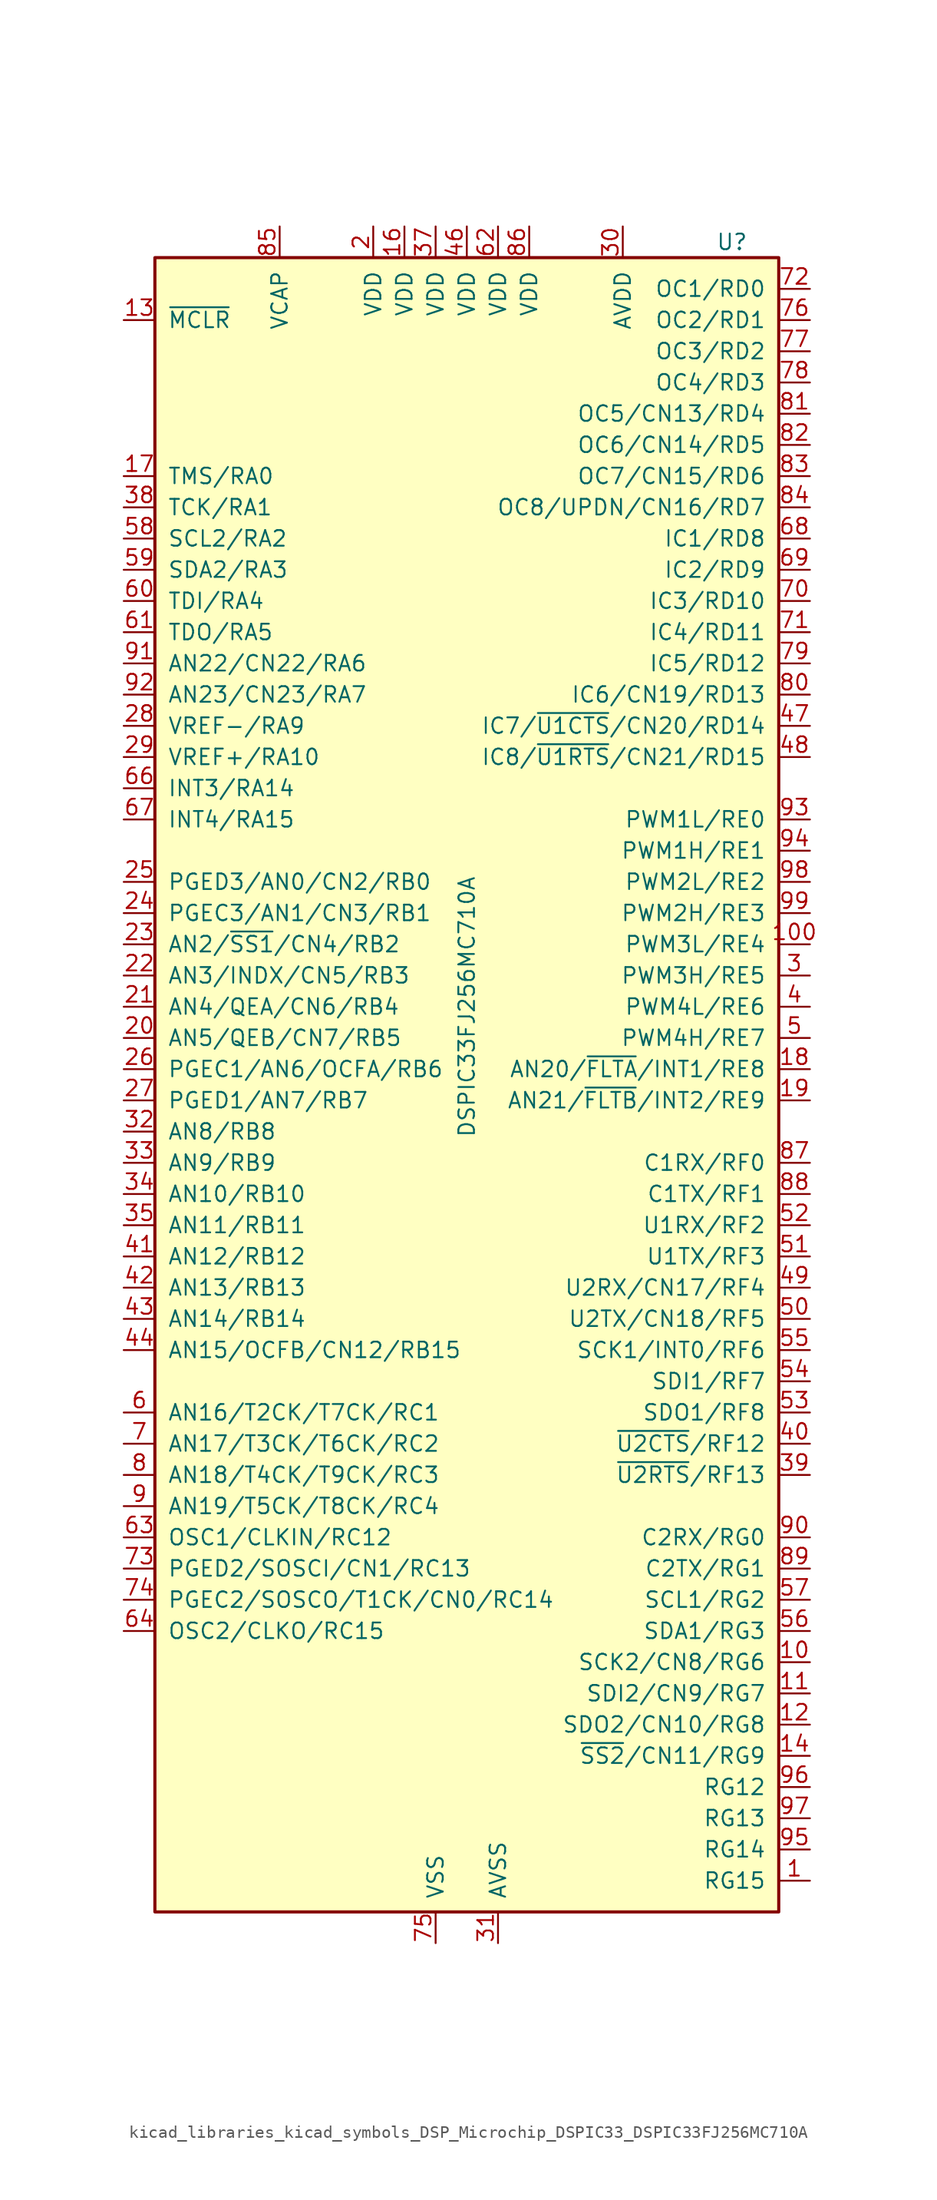
<source format=kicad_sym>
(kicad_symbol_lib
  (version 20220914)
  (generator kicad_symbol_editor)
  (symbol "kicad_libraries_kicad_symbols_DSP_Microchip_DSPIC33_DSPIC33FJ256MC710A"
    (pin_names
      (offset 1.016))
    (property "Reference" "U"
      (at 21.59 69.85 0)
      (effects (font (size 1.27 1.27))))
    (property "Value" "DSPIC33FJ256MC710A"
      (at 0 7.62 90)
      (effects (font (size 1.27 1.27))))
    (symbol "kicad_libraries_kicad_symbols_DSP_Microchip_DSPIC33_DSPIC33FJ256MC710A_0_1"
      (rectangle (start -25.4 68.58) (end 25.4 -66.04) (stroke (width 0.254) (type default)) (fill (type background))))
    (symbol "kicad_libraries_kicad_symbols_DSP_Microchip_DSPIC33_DSPIC33FJ256MC710A_1_1"
      (pin bidirectional line (at 27.94 -63.5 180) (length 2.54) (name "RG15" (effects (font (size 1.27 1.27)))) (number "1" (effects (font (size 1.27 1.27)))))
      (pin bidirectional line (at 27.94 -45.72 180) (length 2.54) (name "SCK2/CN8/RG6" (effects (font (size 1.27 1.27)))) (number "10" (effects (font (size 1.27 1.27)))))
      (pin bidirectional line (at 27.94 12.7 180) (length 2.54) (name "PWM3L/RE4" (effects (font (size 1.27 1.27)))) (number "100" (effects (font (size 1.27 1.27)))))
      (pin bidirectional line (at 27.94 -48.26 180) (length 2.54) (name "SDI2/CN9/RG7" (effects (font (size 1.27 1.27)))) (number "11" (effects (font (size 1.27 1.27)))))
      (pin bidirectional line (at 27.94 -50.8 180) (length 2.54) (name "SDO2/CN10/RG8" (effects (font (size 1.27 1.27)))) (number "12" (effects (font (size 1.27 1.27)))))
      (pin input line (at -27.94 63.5 0) (length 2.54) (name "~{MCLR}" (effects (font (size 1.27 1.27)))) (number "13" (effects (font (size 1.27 1.27)))))
      (pin bidirectional line (at 27.94 -53.34 180) (length 2.54) (name "~{SS2}/CN11/RG9" (effects (font (size 1.27 1.27)))) (number "14" (effects (font (size 1.27 1.27)))))
      (pin passive line (at -2.54 -68.58 90) (length 2.54) hide (name "VSS" (effects (font (size 1.27 1.27)))) (number "15" (effects (font (size 1.27 1.27)))))
      (pin power_in line (at -5.08 71.12 270) (length 2.54) (name "VDD" (effects (font (size 1.27 1.27)))) (number "16" (effects (font (size 1.27 1.27)))))
      (pin bidirectional line (at -27.94 50.8 0) (length 2.54) (name "TMS/RA0" (effects (font (size 1.27 1.27)))) (number "17" (effects (font (size 1.27 1.27)))))
      (pin bidirectional line (at 27.94 2.54 180) (length 2.54) (name "AN20/~{FLTA}/INT1/RE8" (effects (font (size 1.27 1.27)))) (number "18" (effects (font (size 1.27 1.27)))))
      (pin bidirectional line (at 27.94 0 180) (length 2.54) (name "AN21/~{FLTB}/INT2/RE9" (effects (font (size 1.27 1.27)))) (number "19" (effects (font (size 1.27 1.27)))))
      (pin power_in line (at -7.62 71.12 270) (length 2.54) (name "VDD" (effects (font (size 1.27 1.27)))) (number "2" (effects (font (size 1.27 1.27)))))
      (pin bidirectional line (at -27.94 5.08 0) (length 2.54) (name "AN5/QEB/CN7/RB5" (effects (font (size 1.27 1.27)))) (number "20" (effects (font (size 1.27 1.27)))))
      (pin bidirectional line (at -27.94 7.62 0) (length 2.54) (name "AN4/QEA/CN6/RB4" (effects (font (size 1.27 1.27)))) (number "21" (effects (font (size 1.27 1.27)))))
      (pin bidirectional line (at -27.94 10.16 0) (length 2.54) (name "AN3/INDX/CN5/RB3" (effects (font (size 1.27 1.27)))) (number "22" (effects (font (size 1.27 1.27)))))
      (pin bidirectional line (at -27.94 12.7 0) (length 2.54) (name "AN2/~{SS1}/CN4/RB2" (effects (font (size 1.27 1.27)))) (number "23" (effects (font (size 1.27 1.27)))))
      (pin bidirectional line (at -27.94 15.24 0) (length 2.54) (name "PGEC3/AN1/CN3/RB1" (effects (font (size 1.27 1.27)))) (number "24" (effects (font (size 1.27 1.27)))))
      (pin bidirectional line (at -27.94 17.78 0) (length 2.54) (name "PGED3/AN0/CN2/RB0" (effects (font (size 1.27 1.27)))) (number "25" (effects (font (size 1.27 1.27)))))
      (pin bidirectional line (at -27.94 2.54 0) (length 2.54) (name "PGEC1/AN6/OCFA/RB6" (effects (font (size 1.27 1.27)))) (number "26" (effects (font (size 1.27 1.27)))))
      (pin bidirectional line (at -27.94 0 0) (length 2.54) (name "PGED1/AN7/RB7" (effects (font (size 1.27 1.27)))) (number "27" (effects (font (size 1.27 1.27)))))
      (pin bidirectional line (at -27.94 30.48 0) (length 2.54) (name "VREF-/RA9" (effects (font (size 1.27 1.27)))) (number "28" (effects (font (size 1.27 1.27)))))
      (pin bidirectional line (at -27.94 27.94 0) (length 2.54) (name "VREF+/RA10" (effects (font (size 1.27 1.27)))) (number "29" (effects (font (size 1.27 1.27)))))
      (pin bidirectional line (at 27.94 10.16 180) (length 2.54) (name "PWM3H/RE5" (effects (font (size 1.27 1.27)))) (number "3" (effects (font (size 1.27 1.27)))))
      (pin power_in line (at 12.7 71.12 270) (length 2.54) (name "AVDD" (effects (font (size 1.27 1.27)))) (number "30" (effects (font (size 1.27 1.27)))))
      (pin power_in line (at 2.54 -68.58 90) (length 2.54) (name "AVSS" (effects (font (size 1.27 1.27)))) (number "31" (effects (font (size 1.27 1.27)))))
      (pin bidirectional line (at -27.94 -2.54 0) (length 2.54) (name "AN8/RB8" (effects (font (size 1.27 1.27)))) (number "32" (effects (font (size 1.27 1.27)))))
      (pin bidirectional line (at -27.94 -5.08 0) (length 2.54) (name "AN9/RB9" (effects (font (size 1.27 1.27)))) (number "33" (effects (font (size 1.27 1.27)))))
      (pin bidirectional line (at -27.94 -7.62 0) (length 2.54) (name "AN10/RB10" (effects (font (size 1.27 1.27)))) (number "34" (effects (font (size 1.27 1.27)))))
      (pin bidirectional line (at -27.94 -10.16 0) (length 2.54) (name "AN11/RB11" (effects (font (size 1.27 1.27)))) (number "35" (effects (font (size 1.27 1.27)))))
      (pin passive line (at -2.54 -68.58 90) (length 2.54) hide (name "VSS" (effects (font (size 1.27 1.27)))) (number "36" (effects (font (size 1.27 1.27)))))
      (pin power_in line (at -2.54 71.12 270) (length 2.54) (name "VDD" (effects (font (size 1.27 1.27)))) (number "37" (effects (font (size 1.27 1.27)))))
      (pin bidirectional line (at -27.94 48.26 0) (length 2.54) (name "TCK/RA1" (effects (font (size 1.27 1.27)))) (number "38" (effects (font (size 1.27 1.27)))))
      (pin bidirectional line (at 27.94 -30.48 180) (length 2.54) (name "~{U2RTS}/RF13" (effects (font (size 1.27 1.27)))) (number "39" (effects (font (size 1.27 1.27)))))
      (pin bidirectional line (at 27.94 7.62 180) (length 2.54) (name "PWM4L/RE6" (effects (font (size 1.27 1.27)))) (number "4" (effects (font (size 1.27 1.27)))))
      (pin bidirectional line (at 27.94 -27.94 180) (length 2.54) (name "~{U2CTS}/RF12" (effects (font (size 1.27 1.27)))) (number "40" (effects (font (size 1.27 1.27)))))
      (pin bidirectional line (at -27.94 -12.7 0) (length 2.54) (name "AN12/RB12" (effects (font (size 1.27 1.27)))) (number "41" (effects (font (size 1.27 1.27)))))
      (pin bidirectional line (at -27.94 -15.24 0) (length 2.54) (name "AN13/RB13" (effects (font (size 1.27 1.27)))) (number "42" (effects (font (size 1.27 1.27)))))
      (pin bidirectional line (at -27.94 -17.78 0) (length 2.54) (name "AN14/RB14" (effects (font (size 1.27 1.27)))) (number "43" (effects (font (size 1.27 1.27)))))
      (pin bidirectional line (at -27.94 -20.32 0) (length 2.54) (name "AN15/OCFB/CN12/RB15" (effects (font (size 1.27 1.27)))) (number "44" (effects (font (size 1.27 1.27)))))
      (pin passive line (at -2.54 -68.58 90) (length 2.54) hide (name "VSS" (effects (font (size 1.27 1.27)))) (number "45" (effects (font (size 1.27 1.27)))))
      (pin power_in line (at 0 71.12 270) (length 2.54) (name "VDD" (effects (font (size 1.27 1.27)))) (number "46" (effects (font (size 1.27 1.27)))))
      (pin bidirectional line (at 27.94 30.48 180) (length 2.54) (name "IC7/~{U1CTS}/CN20/RD14" (effects (font (size 1.27 1.27)))) (number "47" (effects (font (size 1.27 1.27)))))
      (pin bidirectional line (at 27.94 27.94 180) (length 2.54) (name "IC8/~{U1RTS}/CN21/RD15" (effects (font (size 1.27 1.27)))) (number "48" (effects (font (size 1.27 1.27)))))
      (pin bidirectional line (at 27.94 -15.24 180) (length 2.54) (name "U2RX/CN17/RF4" (effects (font (size 1.27 1.27)))) (number "49" (effects (font (size 1.27 1.27)))))
      (pin bidirectional line (at 27.94 5.08 180) (length 2.54) (name "PWM4H/RE7" (effects (font (size 1.27 1.27)))) (number "5" (effects (font (size 1.27 1.27)))))
      (pin bidirectional line (at 27.94 -17.78 180) (length 2.54) (name "U2TX/CN18/RF5" (effects (font (size 1.27 1.27)))) (number "50" (effects (font (size 1.27 1.27)))))
      (pin bidirectional line (at 27.94 -12.7 180) (length 2.54) (name "U1TX/RF3" (effects (font (size 1.27 1.27)))) (number "51" (effects (font (size 1.27 1.27)))))
      (pin bidirectional line (at 27.94 -10.16 180) (length 2.54) (name "U1RX/RF2" (effects (font (size 1.27 1.27)))) (number "52" (effects (font (size 1.27 1.27)))))
      (pin bidirectional line (at 27.94 -25.4 180) (length 2.54) (name "SDO1/RF8" (effects (font (size 1.27 1.27)))) (number "53" (effects (font (size 1.27 1.27)))))
      (pin bidirectional line (at 27.94 -22.86 180) (length 2.54) (name "SDI1/RF7" (effects (font (size 1.27 1.27)))) (number "54" (effects (font (size 1.27 1.27)))))
      (pin bidirectional line (at 27.94 -20.32 180) (length 2.54) (name "SCK1/INT0/RF6" (effects (font (size 1.27 1.27)))) (number "55" (effects (font (size 1.27 1.27)))))
      (pin bidirectional line (at 27.94 -43.18 180) (length 2.54) (name "SDA1/RG3" (effects (font (size 1.27 1.27)))) (number "56" (effects (font (size 1.27 1.27)))))
      (pin bidirectional line (at 27.94 -40.64 180) (length 2.54) (name "SCL1/RG2" (effects (font (size 1.27 1.27)))) (number "57" (effects (font (size 1.27 1.27)))))
      (pin bidirectional line (at -27.94 45.72 0) (length 2.54) (name "SCL2/RA2" (effects (font (size 1.27 1.27)))) (number "58" (effects (font (size 1.27 1.27)))))
      (pin bidirectional line (at -27.94 43.18 0) (length 2.54) (name "SDA2/RA3" (effects (font (size 1.27 1.27)))) (number "59" (effects (font (size 1.27 1.27)))))
      (pin bidirectional line (at -27.94 -25.4 0) (length 2.54) (name "AN16/T2CK/T7CK/RC1" (effects (font (size 1.27 1.27)))) (number "6" (effects (font (size 1.27 1.27)))))
      (pin bidirectional line (at -27.94 40.64 0) (length 2.54) (name "TDI/RA4" (effects (font (size 1.27 1.27)))) (number "60" (effects (font (size 1.27 1.27)))))
      (pin bidirectional line (at -27.94 38.1 0) (length 2.54) (name "TDO/RA5" (effects (font (size 1.27 1.27)))) (number "61" (effects (font (size 1.27 1.27)))))
      (pin power_in line (at 2.54 71.12 270) (length 2.54) (name "VDD" (effects (font (size 1.27 1.27)))) (number "62" (effects (font (size 1.27 1.27)))))
      (pin bidirectional line (at -27.94 -35.56 0) (length 2.54) (name "OSC1/CLKIN/RC12" (effects (font (size 1.27 1.27)))) (number "63" (effects (font (size 1.27 1.27)))))
      (pin bidirectional line (at -27.94 -43.18 0) (length 2.54) (name "OSC2/CLKO/RC15" (effects (font (size 1.27 1.27)))) (number "64" (effects (font (size 1.27 1.27)))))
      (pin passive line (at -2.54 -68.58 90) (length 2.54) hide (name "VSS" (effects (font (size 1.27 1.27)))) (number "65" (effects (font (size 1.27 1.27)))))
      (pin bidirectional line (at -27.94 25.4 0) (length 2.54) (name "INT3/RA14" (effects (font (size 1.27 1.27)))) (number "66" (effects (font (size 1.27 1.27)))))
      (pin bidirectional line (at -27.94 22.86 0) (length 2.54) (name "INT4/RA15" (effects (font (size 1.27 1.27)))) (number "67" (effects (font (size 1.27 1.27)))))
      (pin bidirectional line (at 27.94 45.72 180) (length 2.54) (name "IC1/RD8" (effects (font (size 1.27 1.27)))) (number "68" (effects (font (size 1.27 1.27)))))
      (pin bidirectional line (at 27.94 43.18 180) (length 2.54) (name "IC2/RD9" (effects (font (size 1.27 1.27)))) (number "69" (effects (font (size 1.27 1.27)))))
      (pin bidirectional line (at -27.94 -27.94 0) (length 2.54) (name "AN17/T3CK/T6CK/RC2" (effects (font (size 1.27 1.27)))) (number "7" (effects (font (size 1.27 1.27)))))
      (pin bidirectional line (at 27.94 40.64 180) (length 2.54) (name "IC3/RD10" (effects (font (size 1.27 1.27)))) (number "70" (effects (font (size 1.27 1.27)))))
      (pin bidirectional line (at 27.94 38.1 180) (length 2.54) (name "IC4/RD11" (effects (font (size 1.27 1.27)))) (number "71" (effects (font (size 1.27 1.27)))))
      (pin bidirectional line (at 27.94 66.04 180) (length 2.54) (name "OC1/RD0" (effects (font (size 1.27 1.27)))) (number "72" (effects (font (size 1.27 1.27)))))
      (pin bidirectional line (at -27.94 -38.1 0) (length 2.54) (name "PGED2/SOSCI/CN1/RC13" (effects (font (size 1.27 1.27)))) (number "73" (effects (font (size 1.27 1.27)))))
      (pin bidirectional line (at -27.94 -40.64 0) (length 2.54) (name "PGEC2/SOSCO/T1CK/CN0/RC14" (effects (font (size 1.27 1.27)))) (number "74" (effects (font (size 1.27 1.27)))))
      (pin power_in line (at -2.54 -68.58 90) (length 2.54) (name "VSS" (effects (font (size 1.27 1.27)))) (number "75" (effects (font (size 1.27 1.27)))))
      (pin bidirectional line (at 27.94 63.5 180) (length 2.54) (name "OC2/RD1" (effects (font (size 1.27 1.27)))) (number "76" (effects (font (size 1.27 1.27)))))
      (pin bidirectional line (at 27.94 60.96 180) (length 2.54) (name "OC3/RD2" (effects (font (size 1.27 1.27)))) (number "77" (effects (font (size 1.27 1.27)))))
      (pin bidirectional line (at 27.94 58.42 180) (length 2.54) (name "OC4/RD3" (effects (font (size 1.27 1.27)))) (number "78" (effects (font (size 1.27 1.27)))))
      (pin bidirectional line (at 27.94 35.56 180) (length 2.54) (name "IC5/RD12" (effects (font (size 1.27 1.27)))) (number "79" (effects (font (size 1.27 1.27)))))
      (pin bidirectional line (at -27.94 -30.48 0) (length 2.54) (name "AN18/T4CK/T9CK/RC3" (effects (font (size 1.27 1.27)))) (number "8" (effects (font (size 1.27 1.27)))))
      (pin bidirectional line (at 27.94 33.02 180) (length 2.54) (name "IC6/CN19/RD13" (effects (font (size 1.27 1.27)))) (number "80" (effects (font (size 1.27 1.27)))))
      (pin bidirectional line (at 27.94 55.88 180) (length 2.54) (name "OC5/CN13/RD4" (effects (font (size 1.27 1.27)))) (number "81" (effects (font (size 1.27 1.27)))))
      (pin bidirectional line (at 27.94 53.34 180) (length 2.54) (name "OC6/CN14/RD5" (effects (font (size 1.27 1.27)))) (number "82" (effects (font (size 1.27 1.27)))))
      (pin bidirectional line (at 27.94 50.8 180) (length 2.54) (name "OC7/CN15/RD6" (effects (font (size 1.27 1.27)))) (number "83" (effects (font (size 1.27 1.27)))))
      (pin bidirectional line (at 27.94 48.26 180) (length 2.54) (name "OC8/UPDN/CN16/RD7" (effects (font (size 1.27 1.27)))) (number "84" (effects (font (size 1.27 1.27)))))
      (pin passive line (at -15.24 71.12 270) (length 2.54) (name "VCAP" (effects (font (size 1.27 1.27)))) (number "85" (effects (font (size 1.27 1.27)))))
      (pin power_in line (at 5.08 71.12 270) (length 2.54) (name "VDD" (effects (font (size 1.27 1.27)))) (number "86" (effects (font (size 1.27 1.27)))))
      (pin bidirectional line (at 27.94 -5.08 180) (length 2.54) (name "C1RX/RF0" (effects (font (size 1.27 1.27)))) (number "87" (effects (font (size 1.27 1.27)))))
      (pin bidirectional line (at 27.94 -7.62 180) (length 2.54) (name "C1TX/RF1" (effects (font (size 1.27 1.27)))) (number "88" (effects (font (size 1.27 1.27)))))
      (pin bidirectional line (at 27.94 -38.1 180) (length 2.54) (name "C2TX/RG1" (effects (font (size 1.27 1.27)))) (number "89" (effects (font (size 1.27 1.27)))))
      (pin bidirectional line (at -27.94 -33.02 0) (length 2.54) (name "AN19/T5CK/T8CK/RC4" (effects (font (size 1.27 1.27)))) (number "9" (effects (font (size 1.27 1.27)))))
      (pin bidirectional line (at 27.94 -35.56 180) (length 2.54) (name "C2RX/RG0" (effects (font (size 1.27 1.27)))) (number "90" (effects (font (size 1.27 1.27)))))
      (pin bidirectional line (at -27.94 35.56 0) (length 2.54) (name "AN22/CN22/RA6" (effects (font (size 1.27 1.27)))) (number "91" (effects (font (size 1.27 1.27)))))
      (pin bidirectional line (at -27.94 33.02 0) (length 2.54) (name "AN23/CN23/RA7" (effects (font (size 1.27 1.27)))) (number "92" (effects (font (size 1.27 1.27)))))
      (pin bidirectional line (at 27.94 22.86 180) (length 2.54) (name "PWM1L/RE0" (effects (font (size 1.27 1.27)))) (number "93" (effects (font (size 1.27 1.27)))))
      (pin bidirectional line (at 27.94 20.32 180) (length 2.54) (name "PWM1H/RE1" (effects (font (size 1.27 1.27)))) (number "94" (effects (font (size 1.27 1.27)))))
      (pin bidirectional line (at 27.94 -60.96 180) (length 2.54) (name "RG14" (effects (font (size 1.27 1.27)))) (number "95" (effects (font (size 1.27 1.27)))))
      (pin bidirectional line (at 27.94 -55.88 180) (length 2.54) (name "RG12" (effects (font (size 1.27 1.27)))) (number "96" (effects (font (size 1.27 1.27)))))
      (pin bidirectional line (at 27.94 -58.42 180) (length 2.54) (name "RG13" (effects (font (size 1.27 1.27)))) (number "97" (effects (font (size 1.27 1.27)))))
      (pin bidirectional line (at 27.94 17.78 180) (length 2.54) (name "PWM2L/RE2" (effects (font (size 1.27 1.27)))) (number "98" (effects (font (size 1.27 1.27)))))
      (pin bidirectional line (at 27.94 15.24 180) (length 2.54) (name "PWM2H/RE3" (effects (font (size 1.27 1.27)))) (number "99" (effects (font (size 1.27 1.27))))))))
</source>
